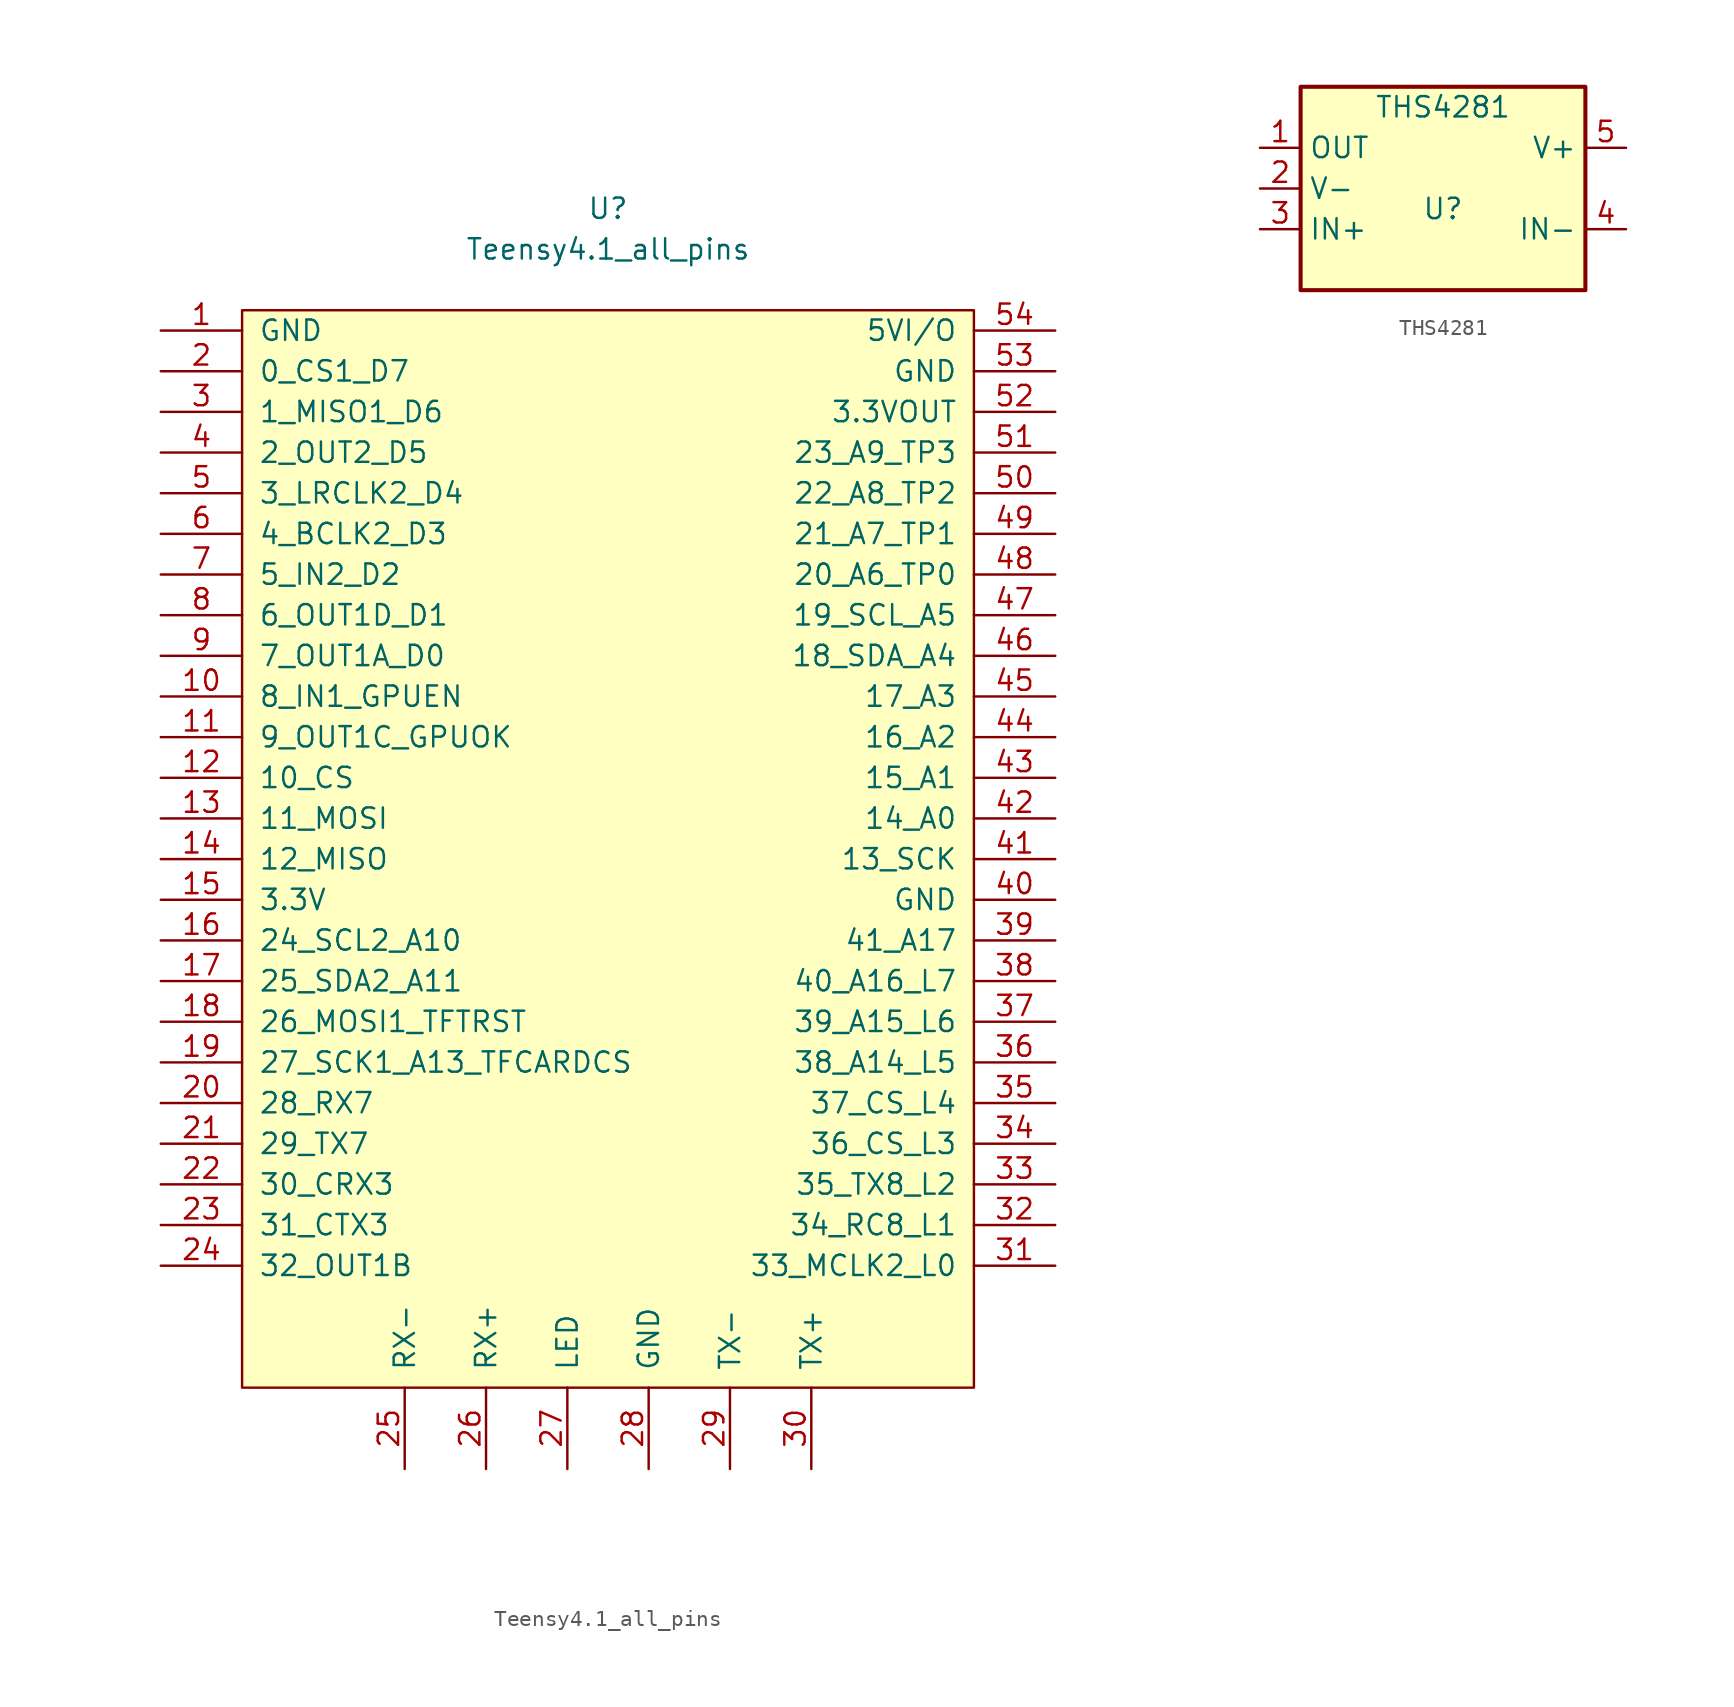
<source format=kicad_sym>
(kicad_symbol_lib
  (version 20231120)
  (generator "kicad_symbol_editor")
  (generator_version "8.0")
  (symbol "Teensy4.1_all_pins"
    (pin_names
      (offset 1.016))
    (property "Reference" "U"
      (at 0 35.56 0)
      (effects (font (size 1.27 1.27))))
    (property "Value" "Teensy4.1_all_pins"
      (at 0 33.02 0)
      (effects (font (size 1.27 1.27))))
    (symbol "Teensy4.1_all_pins_0_0"
      (pin output line (at -27.94 0 0) (length 5.08) (name "10_CS" (effects (font (size 1.27 1.27)))) (number "12" (effects (font (size 1.27 1.27)))))
      (pin output line (at -27.94 -2.54 0) (length 5.08) (name "11_MOSI" (effects (font (size 1.27 1.27)))) (number "13" (effects (font (size 1.27 1.27)))))
      (pin input line (at -27.94 -5.08 0) (length 5.08) (name "12_MISO" (effects (font (size 1.27 1.27)))) (number "14" (effects (font (size 1.27 1.27)))))
      (pin bidirectional line (at -27.94 -22.86 0) (length 5.08) (name "29_TX7" (effects (font (size 1.27 1.27)))) (number "21" (effects (font (size 1.27 1.27)))))
      (pin bidirectional line (at -27.94 -25.4 0) (length 5.08) (name "30_CRX3" (effects (font (size 1.27 1.27)))) (number "22" (effects (font (size 1.27 1.27)))))
      (pin bidirectional line (at -27.94 -27.94 0) (length 5.08) (name "31_CTX3" (effects (font (size 1.27 1.27)))) (number "23" (effects (font (size 1.27 1.27)))))
      (pin bidirectional line (at -27.94 -30.48 0) (length 5.08) (name "32_OUT1B" (effects (font (size 1.27 1.27)))) (number "24" (effects (font (size 1.27 1.27)))))
      (pin bidirectional line (at 27.94 -30.48 180) (length 5.08) (name "33_MCLK2_L0" (effects (font (size 1.27 1.27)))) (number "31" (effects (font (size 1.27 1.27)))))
      (pin bidirectional line (at 27.94 -27.94 180) (length 5.08) (name "34_RC8_L1" (effects (font (size 1.27 1.27)))) (number "32" (effects (font (size 1.27 1.27)))))
      (pin bidirectional line (at 27.94 -25.4 180) (length 5.08) (name "35_TX8_L2" (effects (font (size 1.27 1.27)))) (number "33" (effects (font (size 1.27 1.27)))))
      (pin bidirectional line (at 27.94 -22.86 180) (length 5.08) (name "36_CS_L3" (effects (font (size 1.27 1.27)))) (number "34" (effects (font (size 1.27 1.27)))))
      (pin bidirectional line (at 27.94 -20.32 180) (length 5.08) (name "37_CS_L4" (effects (font (size 1.27 1.27)))) (number "35" (effects (font (size 1.27 1.27)))))
      (pin bidirectional line (at 27.94 -17.78 180) (length 5.08) (name "38_A14_L5" (effects (font (size 1.27 1.27)))) (number "36" (effects (font (size 1.27 1.27)))))
      (pin bidirectional line (at 27.94 -15.24 180) (length 5.08) (name "39_A15_L6" (effects (font (size 1.27 1.27)))) (number "37" (effects (font (size 1.27 1.27)))))
      (pin bidirectional line (at 27.94 -12.7 180) (length 5.08) (name "40_A16_L7" (effects (font (size 1.27 1.27)))) (number "38" (effects (font (size 1.27 1.27)))))
      (pin bidirectional line (at 27.94 -10.16 180) (length 5.08) (name "41_A17" (effects (font (size 1.27 1.27)))) (number "39" (effects (font (size 1.27 1.27)))))
      (pin output line (at 27.94 -5.08 180) (length 5.08) (name "13_SCK" (effects (font (size 1.27 1.27)))) (number "41" (effects (font (size 1.27 1.27)))))
      (pin bidirectional line (at 27.94 -2.54 180) (length 5.08) (name "14_A0" (effects (font (size 1.27 1.27)))) (number "42" (effects (font (size 1.27 1.27)))))
      (pin bidirectional line (at 27.94 0 180) (length 5.08) (name "15_A1" (effects (font (size 1.27 1.27)))) (number "43" (effects (font (size 1.27 1.27)))))
      (pin bidirectional line (at 27.94 2.54 180) (length 5.08) (name "16_A2" (effects (font (size 1.27 1.27)))) (number "44" (effects (font (size 1.27 1.27)))))
      (pin bidirectional line (at 27.94 5.08 180) (length 5.08) (name "17_A3" (effects (font (size 1.27 1.27)))) (number "45" (effects (font (size 1.27 1.27)))))
      (pin bidirectional line (at 27.94 7.62 180) (length 5.08) (name "18_SDA_A4" (effects (font (size 1.27 1.27)))) (number "46" (effects (font (size 1.27 1.27)))))
      (pin bidirectional line (at 27.94 10.16 180) (length 5.08) (name "19_SCL_A5" (effects (font (size 1.27 1.27)))) (number "47" (effects (font (size 1.27 1.27)))))
      (pin bidirectional line (at 27.94 12.7 180) (length 5.08) (name "20_A6_TP0" (effects (font (size 1.27 1.27)))) (number "48" (effects (font (size 1.27 1.27)))))
      (pin bidirectional line (at 27.94 15.24 180) (length 5.08) (name "21_A7_TP1" (effects (font (size 1.27 1.27)))) (number "49" (effects (font (size 1.27 1.27)))))
      (pin bidirectional line (at 27.94 17.78 180) (length 5.08) (name "22_A8_TP2" (effects (font (size 1.27 1.27)))) (number "50" (effects (font (size 1.27 1.27)))))
      (pin bidirectional line (at 27.94 20.32 180) (length 5.08) (name "23_A9_TP3" (effects (font (size 1.27 1.27)))) (number "51" (effects (font (size 1.27 1.27)))))
      (pin power_in line (at 27.94 25.4 180) (length 5.08) (name "GND" (effects (font (size 1.27 1.27)))) (number "53" (effects (font (size 1.27 1.27)))))
      (pin power_in line (at 27.94 27.94 180) (length 5.08) (name "5VI/O" (effects (font (size 1.27 1.27)))) (number "54" (effects (font (size 1.27 1.27))))))
    (symbol "Teensy4.1_all_pins_0_1"
      (rectangle (start -22.86 29.21) (end 22.86 -38.1) (stroke (width 0) (type default)) (fill (type background))))
    (symbol "Teensy4.1_all_pins_1_1"
      (pin power_in line (at -27.94 27.94 0) (length 5.08) (name "GND" (effects (font (size 1.27 1.27)))) (number "1" (effects (font (size 1.27 1.27)))))
      (pin bidirectional line (at -27.94 5.08 0) (length 5.08) (name "8_IN1_GPUEN" (effects (font (size 1.27 1.27)))) (number "10" (effects (font (size 1.27 1.27)))))
      (pin bidirectional line (at -27.94 2.54 0) (length 5.08) (name "9_OUT1C_GPUOK" (effects (font (size 1.27 1.27)))) (number "11" (effects (font (size 1.27 1.27)))))
      (pin power_out line (at -27.94 -7.62 0) (length 5.08) (name "3.3V" (effects (font (size 1.27 1.27)))) (number "15" (effects (font (size 1.27 1.27)))))
      (pin bidirectional line (at -27.94 -10.16 0) (length 5.08) (name "24_SCL2_A10" (effects (font (size 1.27 1.27)))) (number "16" (effects (font (size 1.27 1.27)))))
      (pin bidirectional line (at -27.94 -12.7 0) (length 5.08) (name "25_SDA2_A11" (effects (font (size 1.27 1.27)))) (number "17" (effects (font (size 1.27 1.27)))))
      (pin bidirectional line (at -27.94 -15.24 0) (length 5.08) (name "26_MOSI1_TFTRST" (effects (font (size 1.27 1.27)))) (number "18" (effects (font (size 1.27 1.27)))))
      (pin bidirectional line (at -27.94 -17.78 0) (length 5.08) (name "27_SCK1_A13_TFCARDCS" (effects (font (size 1.27 1.27)))) (number "19" (effects (font (size 1.27 1.27)))))
      (pin bidirectional line (at -27.94 25.4 0) (length 5.08) (name "0_CS1_D7" (effects (font (size 1.27 1.27)))) (number "2" (effects (font (size 1.27 1.27)))))
      (pin bidirectional line (at -27.94 -20.32 0) (length 5.08) (name "28_RX7" (effects (font (size 1.27 1.27)))) (number "20" (effects (font (size 1.27 1.27)))))
      (pin input line (at -12.7 -43.18 90) (length 5.08) (name "RX-" (effects (font (size 1.27 1.27)))) (number "25" (effects (font (size 1.27 1.27)))))
      (pin input line (at -7.62 -43.18 90) (length 5.08) (name "RX+" (effects (font (size 1.27 1.27)))) (number "26" (effects (font (size 1.27 1.27)))))
      (pin output line (at -2.54 -43.18 90) (length 5.08) (name "LED" (effects (font (size 1.27 1.27)))) (number "27" (effects (font (size 1.27 1.27)))))
      (pin passive line (at 2.54 -43.18 90) (length 5.08) (name "GND" (effects (font (size 1.27 1.27)))) (number "28" (effects (font (size 1.27 1.27)))))
      (pin output line (at 7.62 -43.18 90) (length 5.08) (name "TX-" (effects (font (size 1.27 1.27)))) (number "29" (effects (font (size 1.27 1.27)))))
      (pin bidirectional line (at -27.94 22.86 0) (length 5.08) (name "1_MISO1_D6" (effects (font (size 1.27 1.27)))) (number "3" (effects (font (size 1.27 1.27)))))
      (pin output line (at 12.7 -43.18 90) (length 5.08) (name "TX+" (effects (font (size 1.27 1.27)))) (number "30" (effects (font (size 1.27 1.27)))))
      (pin bidirectional line (at -27.94 20.32 0) (length 5.08) (name "2_OUT2_D5" (effects (font (size 1.27 1.27)))) (number "4" (effects (font (size 1.27 1.27)))))
      (pin power_in line (at 27.94 -7.62 180) (length 5.08) (name "GND" (effects (font (size 1.27 1.27)))) (number "40" (effects (font (size 1.27 1.27)))))
      (pin bidirectional line (at -27.94 17.78 0) (length 5.08) (name "3_LRCLK2_D4" (effects (font (size 1.27 1.27)))) (number "5" (effects (font (size 1.27 1.27)))))
      (pin power_out line (at 27.94 22.86 180) (length 5.08) (name "3.3VOUT" (effects (font (size 1.27 1.27)))) (number "52" (effects (font (size 1.27 1.27)))))
      (pin bidirectional line (at -27.94 15.24 0) (length 5.08) (name "4_BCLK2_D3" (effects (font (size 1.27 1.27)))) (number "6" (effects (font (size 1.27 1.27)))))
      (pin bidirectional line (at -27.94 12.7 0) (length 5.08) (name "5_IN2_D2" (effects (font (size 1.27 1.27)))) (number "7" (effects (font (size 1.27 1.27)))))
      (pin bidirectional line (at -27.94 10.16 0) (length 5.08) (name "6_OUT1D_D1" (effects (font (size 1.27 1.27)))) (number "8" (effects (font (size 1.27 1.27)))))
      (pin bidirectional line (at -27.94 7.62 0) (length 5.08) (name "7_OUT1A_D0" (effects (font (size 1.27 1.27)))) (number "9" (effects (font (size 1.27 1.27)))))))
  (symbol "THS4281"
    (property "Reference" "U"
      (at 0 -1.27 0)
      (effects (font (size 1.27 1.27))))
    (property "Value" "THS4281"
      (at 0 5.08 0)
      (effects (font (size 1.27 1.27))))
    (symbol "THS4281_0_1"
      (rectangle (start -8.89 6.35) (end 8.89 -6.35) (stroke (width 0.254) (type default)) (fill (type background))))
    (symbol "THS4281_1_1"
      (pin output line (at -11.43 2.54 0) (length 2.54) (name "OUT" (effects (font (size 1.27 1.27)))) (number "1" (effects (font (size 1.27 1.27)))))
      (pin power_in line (at -11.43 0 0) (length 2.54) (name "V-" (effects (font (size 1.27 1.27)))) (number "2" (effects (font (size 1.27 1.27)))))
      (pin input line (at -11.43 -2.54 0) (length 2.54) (name "IN+" (effects (font (size 1.27 1.27)))) (number "3" (effects (font (size 1.27 1.27)))))
      (pin input line (at 11.43 -2.54 180) (length 2.54) (name "IN-" (effects (font (size 1.27 1.27)))) (number "4" (effects (font (size 1.27 1.27)))))
      (pin power_in line (at 11.43 2.54 180) (length 2.54) (name "V+" (effects (font (size 1.27 1.27)))) (number "5" (effects (font (size 1.27 1.27))))))))
</source>
